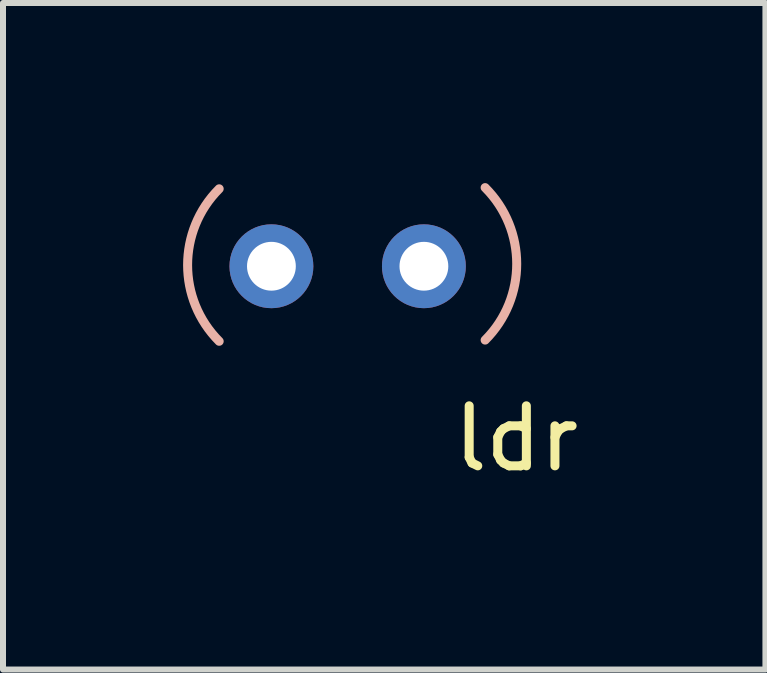
<source format=kicad_pcb>
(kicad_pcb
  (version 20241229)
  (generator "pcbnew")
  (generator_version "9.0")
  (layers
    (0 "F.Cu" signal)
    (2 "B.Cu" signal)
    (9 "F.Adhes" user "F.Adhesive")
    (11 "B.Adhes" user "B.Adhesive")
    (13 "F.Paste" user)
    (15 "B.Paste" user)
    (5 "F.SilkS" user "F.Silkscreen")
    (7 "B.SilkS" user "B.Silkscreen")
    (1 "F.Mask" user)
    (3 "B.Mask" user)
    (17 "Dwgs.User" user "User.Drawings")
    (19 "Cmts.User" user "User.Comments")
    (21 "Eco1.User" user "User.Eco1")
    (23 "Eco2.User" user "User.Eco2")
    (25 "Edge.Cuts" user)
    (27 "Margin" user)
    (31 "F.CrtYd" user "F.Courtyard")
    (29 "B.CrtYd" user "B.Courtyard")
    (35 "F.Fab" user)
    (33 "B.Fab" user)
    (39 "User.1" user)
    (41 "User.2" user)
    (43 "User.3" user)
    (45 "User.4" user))
  (footprint "ldr"
    (layer "F.Cu")
    (at 2.741 1.385)
    (property "Reference" "ldr" (at 2.81 2.87 0) (layer "F.SilkS") (effects (font (size 1 1) (thickness 0.15))))
    (attr through_hole)
    (fp_arc (start -2.14 1.25) (mid -2.666051 -0.02) (end -2.14 -1.29) (stroke (width 0.15) (type solid)) (layer "B.SilkS"))
    (fp_arc (start 2.29 -1.31) (mid 2.816051 -0.04) (end 2.29 1.23) (stroke (width 0.15) (type solid)) (layer "B.SilkS"))
    (pad "1" thru_hole circle (at -1.27 0) (size 1.397 1.397) (drill 0.813) (layers "*.Cu" "*.Mask"))
    (pad "2" thru_hole circle (at 1.27 0) (size 1.397 1.397) (drill 0.813) (layers "*.Cu" "*.Mask")))
  (gr_rect
    (start -3 -3)
    (end 9.7 8.103)
    (stroke (width 0.1) (type default))
    (fill no)
    (layer "Edge.Cuts")))
</source>
